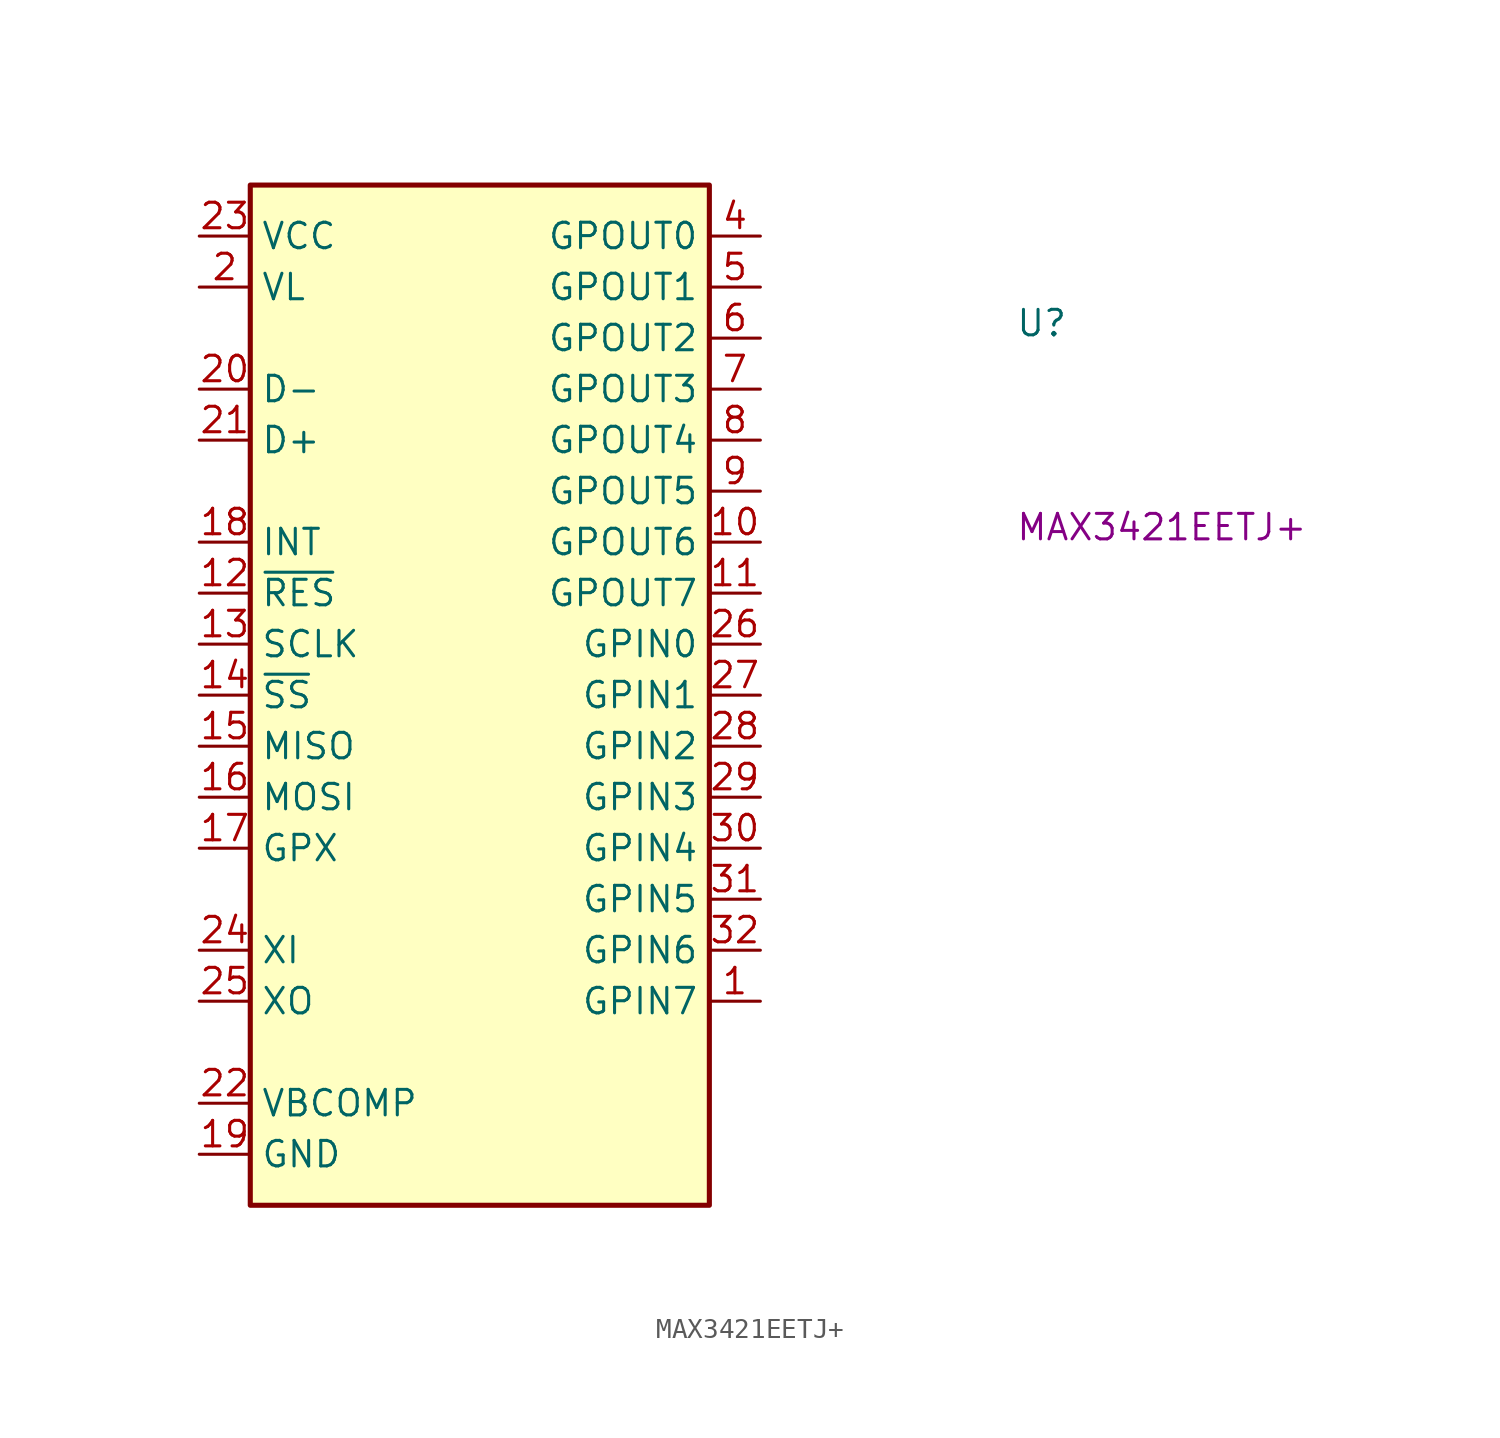
<source format=kicad_sym>
(kicad_symbol_lib
  (version 20220914)
  (generator kicad_symbol_editor)
  (symbol "MAX3421EETJ+"
    (property "Reference" "U"
      (at 40.64 -5.08 0)
      (effects (font (size 1.27 1.27) (thickness 0.15)) (justify left bottom)))
    (property "MPN" "MAX3421EETJ+"
      (at 40.64 -15.24 0)
      (effects (font (size 1.27 1.27) (thickness 0.15)) (justify left bottom)))
    (symbol "MAX3421EETJ+_1_1"
      (rectangle (start 2.54 2.54) (end 25.4 -48.26) (stroke (width 0.254) (type default)) (fill (type background)))
      (pin input line (at 27.94 -38.1 180) (length 2.54) (name "GPIN7" (effects (font (size 1.27 1.27)))) (number "1" (effects (font (size 1.27 1.27)))))
      (pin output line (at 27.94 -15.24 180) (length 2.54) (name "GPOUT6" (effects (font (size 1.27 1.27)))) (number "10" (effects (font (size 1.27 1.27)))))
      (pin output line (at 27.94 -17.78 180) (length 2.54) (name "GPOUT7" (effects (font (size 1.27 1.27)))) (number "11" (effects (font (size 1.27 1.27)))))
      (pin input line (at 0 -17.78 0) (length 2.54) (name "~{RES}" (effects (font (size 1.27 1.27)))) (number "12" (effects (font (size 1.27 1.27)))))
      (pin input line (at 0 -20.32 0) (length 2.54) (name "SCLK" (effects (font (size 1.27 1.27)))) (number "13" (effects (font (size 1.27 1.27)))))
      (pin input line (at 0 -22.86 0) (length 2.54) (name "~{SS}" (effects (font (size 1.27 1.27)))) (number "14" (effects (font (size 1.27 1.27)))))
      (pin output line (at 0 -25.4 0) (length 2.54) (name "MISO" (effects (font (size 1.27 1.27)))) (number "15" (effects (font (size 1.27 1.27)))))
      (pin input line (at 0 -27.94 0) (length 2.54) (name "MOSI" (effects (font (size 1.27 1.27)))) (number "16" (effects (font (size 1.27 1.27)))))
      (pin output line (at 0 -30.48 0) (length 2.54) (name "GPX" (effects (font (size 1.27 1.27)))) (number "17" (effects (font (size 1.27 1.27)))))
      (pin output line (at 0 -15.24 0) (length 2.54) (name "INT" (effects (font (size 1.27 1.27)))) (number "18" (effects (font (size 1.27 1.27)))))
      (pin passive line (at 0 -45.72 0) (length 2.54) (name "GND" (effects (font (size 1.27 1.27)))) (number "19" (effects (font (size 1.27 1.27)))))
      (pin power_in line (at 0 -2.54 0) (length 2.54) (name "VL" (effects (font (size 1.27 1.27)))) (number "2" (effects (font (size 1.27 1.27)))))
      (pin bidirectional line (at 0 -7.62 0) (length 2.54) (name "D-" (effects (font (size 1.27 1.27)))) (number "20" (effects (font (size 1.27 1.27)))))
      (pin bidirectional line (at 0 -10.16 0) (length 2.54) (name "D+" (effects (font (size 1.27 1.27)))) (number "21" (effects (font (size 1.27 1.27)))))
      (pin input line (at 0 -43.18 0) (length 2.54) (name "VBCOMP" (effects (font (size 1.27 1.27)))) (number "22" (effects (font (size 1.27 1.27)))))
      (pin power_in line (at 0 0 0) (length 2.54) (name "VCC" (effects (font (size 1.27 1.27)))) (number "23" (effects (font (size 1.27 1.27)))))
      (pin input line (at 0 -35.56 0) (length 2.54) (name "XI" (effects (font (size 1.27 1.27)))) (number "24" (effects (font (size 1.27 1.27)))))
      (pin output line (at 0 -38.1 0) (length 2.54) (name "XO" (effects (font (size 1.27 1.27)))) (number "25" (effects (font (size 1.27 1.27)))))
      (pin input line (at 27.94 -20.32 180) (length 2.54) (name "GPIN0" (effects (font (size 1.27 1.27)))) (number "26" (effects (font (size 1.27 1.27)))))
      (pin input line (at 27.94 -22.86 180) (length 2.54) (name "GPIN1" (effects (font (size 1.27 1.27)))) (number "27" (effects (font (size 1.27 1.27)))))
      (pin input line (at 27.94 -25.4 180) (length 2.54) (name "GPIN2" (effects (font (size 1.27 1.27)))) (number "28" (effects (font (size 1.27 1.27)))))
      (pin input line (at 27.94 -27.94 180) (length 2.54) (name "GPIN3" (effects (font (size 1.27 1.27)))) (number "29" (effects (font (size 1.27 1.27)))))
      (pin passive line (at 0 -45.72 0) (length 2.54) hide (name "GND" (effects (font (size 1.27 1.27)))) (number "3" (effects (font (size 1.27 1.27)))))
      (pin input line (at 27.94 -30.48 180) (length 2.54) (name "GPIN4" (effects (font (size 1.27 1.27)))) (number "30" (effects (font (size 1.27 1.27)))))
      (pin input line (at 27.94 -33.02 180) (length 2.54) (name "GPIN5" (effects (font (size 1.27 1.27)))) (number "31" (effects (font (size 1.27 1.27)))))
      (pin input line (at 27.94 -35.56 180) (length 2.54) (name "GPIN6" (effects (font (size 1.27 1.27)))) (number "32" (effects (font (size 1.27 1.27)))))
      (pin passive line (at 0 -45.72 0) (length 2.54) hide (name "EP" (effects (font (size 1.27 1.27)))) (number "33" (effects (font (size 1.27 1.27)))))
      (pin output line (at 27.94 0 180) (length 2.54) (name "GPOUT0" (effects (font (size 1.27 1.27)))) (number "4" (effects (font (size 1.27 1.27)))))
      (pin output line (at 27.94 -2.54 180) (length 2.54) (name "GPOUT1" (effects (font (size 1.27 1.27)))) (number "5" (effects (font (size 1.27 1.27)))))
      (pin output line (at 27.94 -5.08 180) (length 2.54) (name "GPOUT2" (effects (font (size 1.27 1.27)))) (number "6" (effects (font (size 1.27 1.27)))))
      (pin output line (at 27.94 -7.62 180) (length 2.54) (name "GPOUT3" (effects (font (size 1.27 1.27)))) (number "7" (effects (font (size 1.27 1.27)))))
      (pin output line (at 27.94 -10.16 180) (length 2.54) (name "GPOUT4" (effects (font (size 1.27 1.27)))) (number "8" (effects (font (size 1.27 1.27)))))
      (pin output line (at 27.94 -12.7 180) (length 2.54) (name "GPOUT5" (effects (font (size 1.27 1.27)))) (number "9" (effects (font (size 1.27 1.27))))))))
</source>
